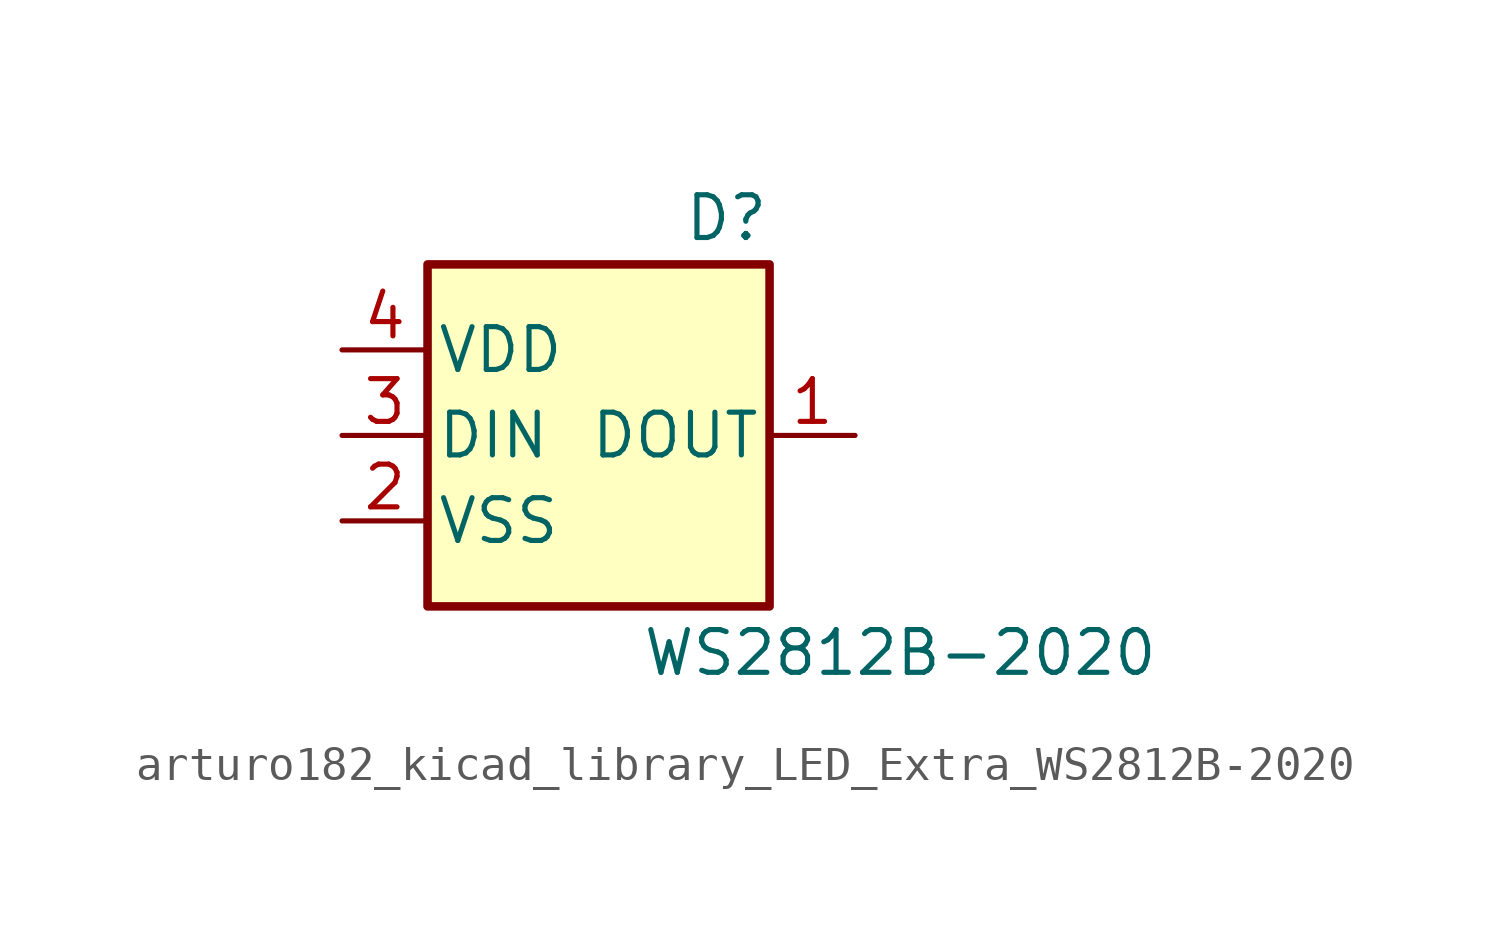
<source format=kicad_sym>
(kicad_symbol_lib
  (version 20220914)
  (generator kicad_symbol_editor)
  (symbol "arturo182_kicad_library_LED_Extra_WS2812B-2020"
    (pin_names
      (offset 0.254))
    (property "Reference" "D"
      (at 5.08 5.715 0)
      (effects (font (size 1.27 1.27)) (justify right bottom)))
    (property "Value" "WS2812B-2020"
      (at 1.27 -5.715 0)
      (effects (font (size 1.27 1.27)) (justify left top)))
    (symbol "arturo182_kicad_library_LED_Extra_WS2812B-2020_0_1"
      (rectangle (start -5.08 5.08) (end 5.08 -5.08) (stroke (width 0.254) (type default)) (fill (type background))))
    (symbol "arturo182_kicad_library_LED_Extra_WS2812B-2020_1_1"
      (pin output line (at 7.62 0 180) (length 2.54) (name "DOUT" (effects (font (size 1.27 1.27)))) (number "1" (effects (font (size 1.27 1.27)))))
      (pin power_in line (at -7.62 -2.54 0) (length 2.54) (name "VSS" (effects (font (size 1.27 1.27)))) (number "2" (effects (font (size 1.27 1.27)))))
      (pin input line (at -7.62 0 0) (length 2.54) (name "DIN" (effects (font (size 1.27 1.27)))) (number "3" (effects (font (size 1.27 1.27)))))
      (pin power_in line (at -7.62 2.54 0) (length 2.54) (name "VDD" (effects (font (size 1.27 1.27)))) (number "4" (effects (font (size 1.27 1.27))))))))
</source>
